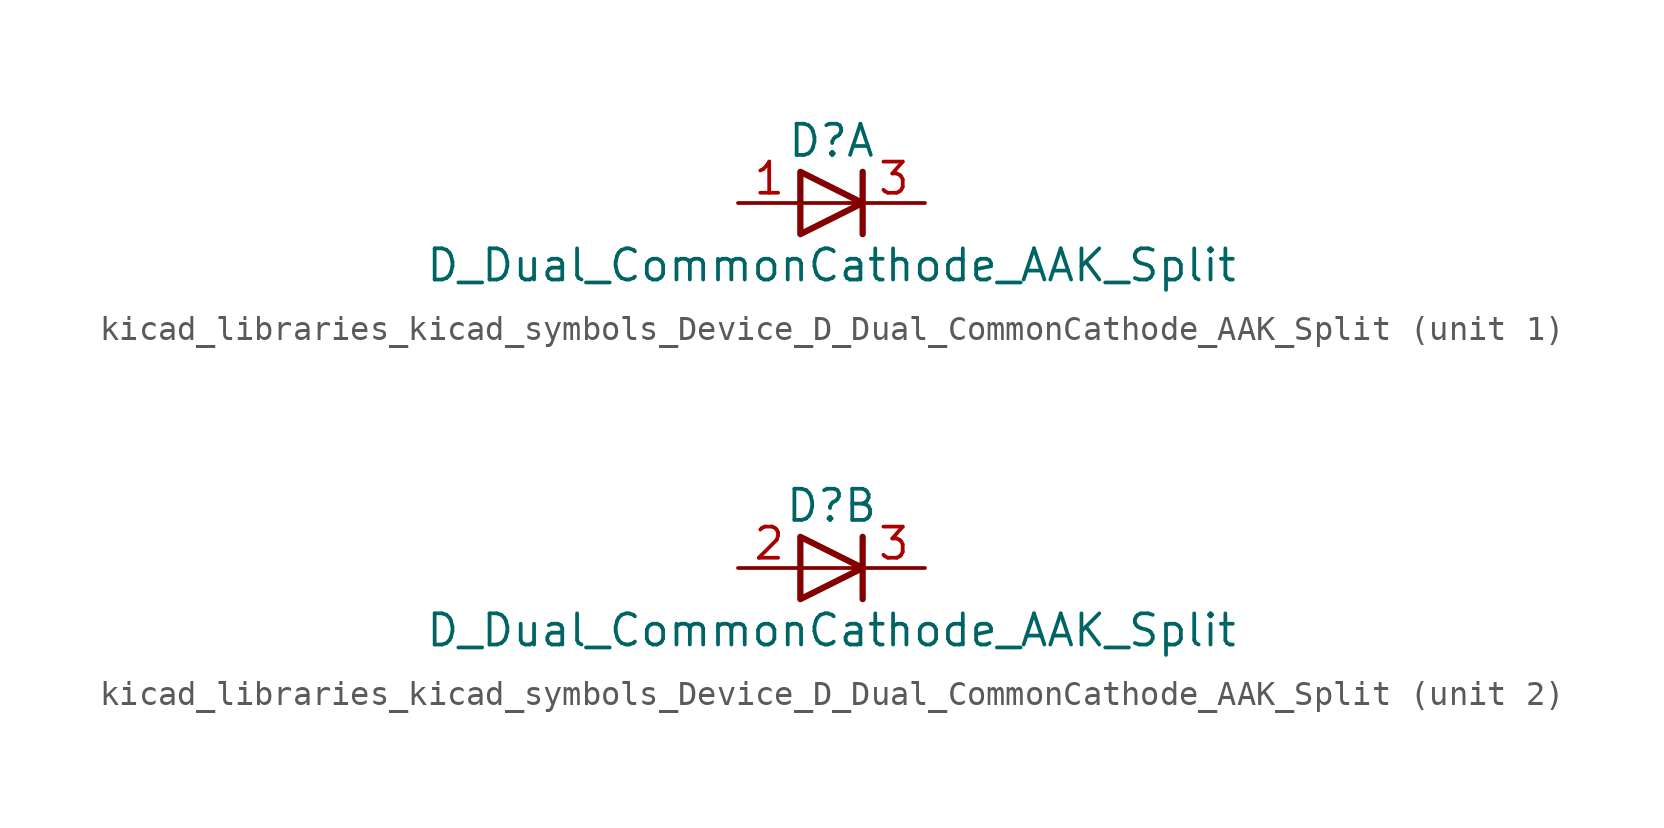
<source format=kicad_sym>
(kicad_symbol_lib
  (version 20220914)
  (generator kicad_symbol_editor)
  (symbol "kicad_libraries_kicad_symbols_Device_D_Dual_CommonCathode_AAK_Split"
    (pin_names
      (offset 0.762) hide)
    (property "Reference" "D"
      (at 0 2.54 0)
      (effects (font (size 1.27 1.27))))
    (property "Value" "D_Dual_CommonCathode_AAK_Split"
      (at 0 -2.54 0)
      (effects (font (size 1.27 1.27))))
    (property "ki_locked" ""
      (at 0 0 0)
      (effects (font (size 1.27 1.27))))
    (symbol "kicad_libraries_kicad_symbols_Device_D_Dual_CommonCathode_AAK_Split_0_0"
      (polyline (pts (xy 1.27 0) (xy -1.27 0)) (stroke (width 0) (type default)) (fill (type none)))
      (polyline (pts (xy 1.27 1.27) (xy 1.27 -1.27)) (stroke (width 0.254) (type default)) (fill (type none))))
    (symbol "kicad_libraries_kicad_symbols_Device_D_Dual_CommonCathode_AAK_Split_0_1"
      (polyline (pts (xy -1.27 1.27) (xy 1.27 0) (xy -1.27 -1.27) (xy -1.27 1.27) (xy -1.27 1.27) (xy -1.27 1.27)) (stroke (width 0.254) (type default)) (fill (type none)))
      (pin passive line (at 3.81 0 180) (length 2.54) (name "K" (effects (font (size 1.27 1.27)))) (number "3" (effects (font (size 1.27 1.27))))))
    (symbol "kicad_libraries_kicad_symbols_Device_D_Dual_CommonCathode_AAK_Split_1_1"
      (pin passive line (at -3.81 0 0) (length 2.54) (name "A" (effects (font (size 1.27 1.27)))) (number "1" (effects (font (size 1.27 1.27))))))
    (symbol "kicad_libraries_kicad_symbols_Device_D_Dual_CommonCathode_AAK_Split_2_1"
      (pin passive line (at -3.81 0 0) (length 2.54) (name "K" (effects (font (size 1.27 1.27)))) (number "2" (effects (font (size 1.27 1.27))))))))
</source>
